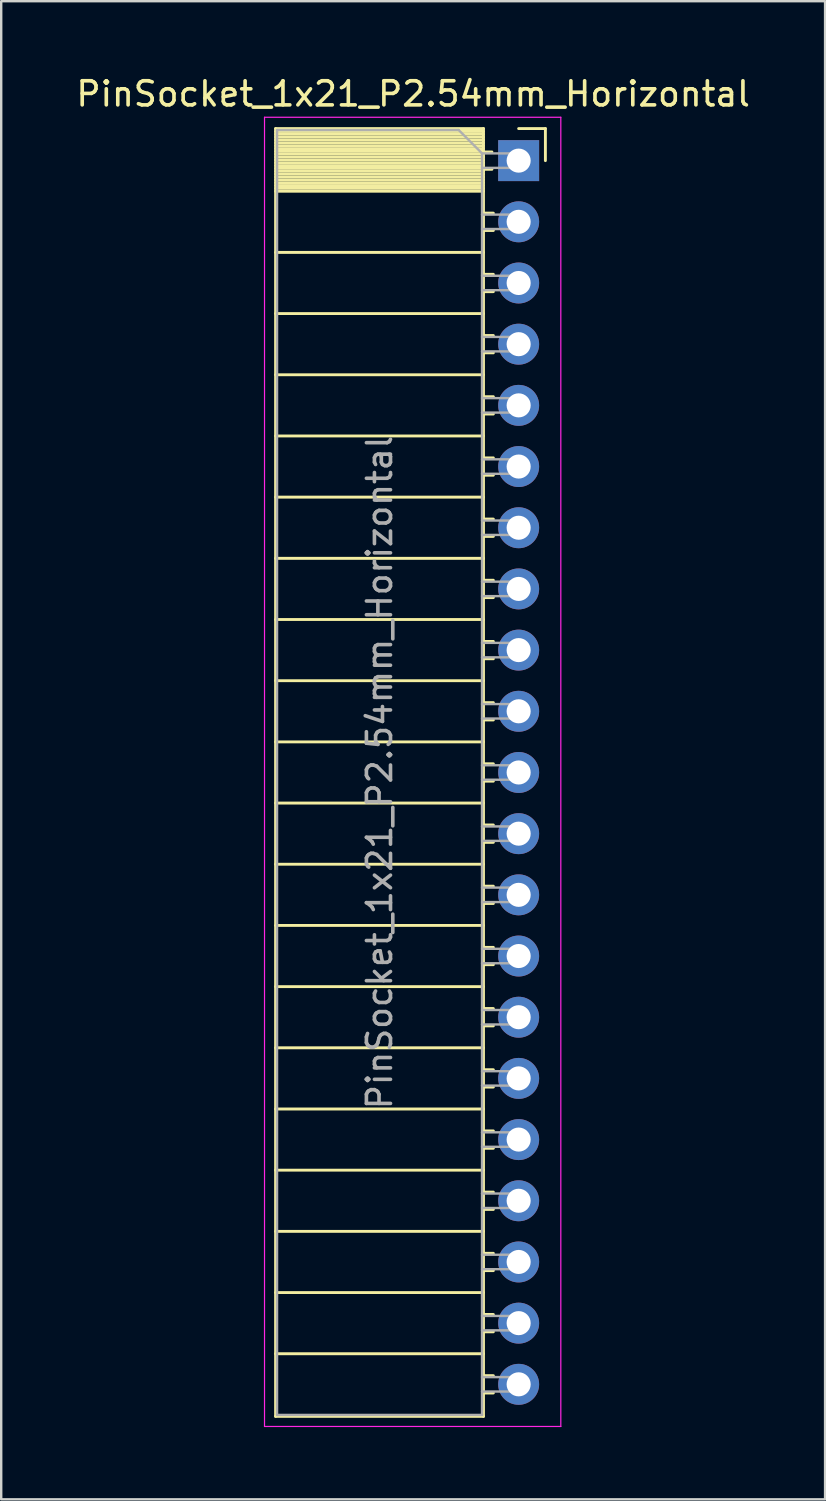
<source format=kicad_pcb>
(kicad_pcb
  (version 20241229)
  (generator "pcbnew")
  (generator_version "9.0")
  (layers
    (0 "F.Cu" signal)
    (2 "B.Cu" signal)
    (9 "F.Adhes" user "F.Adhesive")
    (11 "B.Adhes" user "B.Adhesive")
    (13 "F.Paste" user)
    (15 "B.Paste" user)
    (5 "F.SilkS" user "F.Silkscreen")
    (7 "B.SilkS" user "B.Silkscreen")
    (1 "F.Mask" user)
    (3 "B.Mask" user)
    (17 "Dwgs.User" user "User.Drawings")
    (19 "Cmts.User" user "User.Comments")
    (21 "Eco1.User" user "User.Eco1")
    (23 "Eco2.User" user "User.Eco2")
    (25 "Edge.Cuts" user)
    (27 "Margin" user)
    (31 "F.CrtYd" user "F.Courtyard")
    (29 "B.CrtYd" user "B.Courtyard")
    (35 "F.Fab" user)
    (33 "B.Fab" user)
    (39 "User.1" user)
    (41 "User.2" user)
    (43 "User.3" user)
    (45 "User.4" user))
  (footprint "PinSocket_1x21_P2.54mm_Horizontal"
    (layer "F.Cu")
    (at 18.481 3.618)
    (property "Reference" "PinSocket_1x21_P2.54mm_Horizontal" (at -4.38 -2.77 0) (layer "F.SilkS") (effects (font (size 1 1) (thickness 0.15))))
    (attr through_hole)
    (fp_line (start -10.09 -1.33) (end -10.09 52.13) (stroke (width 0.12) (type solid)) (layer "F.SilkS"))
    (fp_line (start -10.09 -1.33) (end -1.46 -1.33) (stroke (width 0.12) (type solid)) (layer "F.SilkS"))
    (fp_line (start -10.09 -1.21) (end -1.46 -1.21) (stroke (width 0.12) (type solid)) (layer "F.SilkS"))
    (fp_line (start -10.09 -1.092) (end -1.46 -1.092) (stroke (width 0.12) (type solid)) (layer "F.SilkS"))
    (fp_line (start -10.09 -0.974) (end -1.46 -0.974) (stroke (width 0.12) (type solid)) (layer "F.SilkS"))
    (fp_line (start -10.09 -0.856) (end -1.46 -0.856) (stroke (width 0.12) (type solid)) (layer "F.SilkS"))
    (fp_line (start -10.09 -0.738) (end -1.46 -0.738) (stroke (width 0.12) (type solid)) (layer "F.SilkS"))
    (fp_line (start -10.09 -0.62) (end -1.46 -0.62) (stroke (width 0.12) (type solid)) (layer "F.SilkS"))
    (fp_line (start -10.09 -0.501) (end -1.46 -0.501) (stroke (width 0.12) (type solid)) (layer "F.SilkS"))
    (fp_line (start -10.09 -0.383) (end -1.46 -0.383) (stroke (width 0.12) (type solid)) (layer "F.SilkS"))
    (fp_line (start -10.09 -0.265) (end -1.46 -0.265) (stroke (width 0.12) (type solid)) (layer "F.SilkS"))
    (fp_line (start -10.09 -0.147) (end -1.46 -0.147) (stroke (width 0.12) (type solid)) (layer "F.SilkS"))
    (fp_line (start -10.09 -0.029) (end -1.46 -0.029) (stroke (width 0.12) (type solid)) (layer "F.SilkS"))
    (fp_line (start -10.09 0.089) (end -1.46 0.089) (stroke (width 0.12) (type solid)) (layer "F.SilkS"))
    (fp_line (start -10.09 0.207) (end -1.46 0.207) (stroke (width 0.12) (type solid)) (layer "F.SilkS"))
    (fp_line (start -10.09 0.325) (end -1.46 0.325) (stroke (width 0.12) (type solid)) (layer "F.SilkS"))
    (fp_line (start -10.09 0.443) (end -1.46 0.443) (stroke (width 0.12) (type solid)) (layer "F.SilkS"))
    (fp_line (start -10.09 0.561) (end -1.46 0.561) (stroke (width 0.12) (type solid)) (layer "F.SilkS"))
    (fp_line (start -10.09 0.68) (end -1.46 0.68) (stroke (width 0.12) (type solid)) (layer "F.SilkS"))
    (fp_line (start -10.09 0.798) (end -1.46 0.798) (stroke (width 0.12) (type solid)) (layer "F.SilkS"))
    (fp_line (start -10.09 0.916) (end -1.46 0.916) (stroke (width 0.12) (type solid)) (layer "F.SilkS"))
    (fp_line (start -10.09 1.034) (end -1.46 1.034) (stroke (width 0.12) (type solid)) (layer "F.SilkS"))
    (fp_line (start -10.09 1.152) (end -1.46 1.152) (stroke (width 0.12) (type solid)) (layer "F.SilkS"))
    (fp_line (start -10.09 1.27) (end -1.46 1.27) (stroke (width 0.12) (type solid)) (layer "F.SilkS"))
    (fp_line (start -10.09 3.81) (end -1.46 3.81) (stroke (width 0.12) (type solid)) (layer "F.SilkS"))
    (fp_line (start -10.09 6.35) (end -1.46 6.35) (stroke (width 0.12) (type solid)) (layer "F.SilkS"))
    (fp_line (start -10.09 8.89) (end -1.46 8.89) (stroke (width 0.12) (type solid)) (layer "F.SilkS"))
    (fp_line (start -10.09 11.43) (end -1.46 11.43) (stroke (width 0.12) (type solid)) (layer "F.SilkS"))
    (fp_line (start -10.09 13.97) (end -1.46 13.97) (stroke (width 0.12) (type solid)) (layer "F.SilkS"))
    (fp_line (start -10.09 16.51) (end -1.46 16.51) (stroke (width 0.12) (type solid)) (layer "F.SilkS"))
    (fp_line (start -10.09 19.05) (end -1.46 19.05) (stroke (width 0.12) (type solid)) (layer "F.SilkS"))
    (fp_line (start -10.09 21.59) (end -1.46 21.59) (stroke (width 0.12) (type solid)) (layer "F.SilkS"))
    (fp_line (start -10.09 24.13) (end -1.46 24.13) (stroke (width 0.12) (type solid)) (layer "F.SilkS"))
    (fp_line (start -10.09 26.67) (end -1.46 26.67) (stroke (width 0.12) (type solid)) (layer "F.SilkS"))
    (fp_line (start -10.09 29.21) (end -1.46 29.21) (stroke (width 0.12) (type solid)) (layer "F.SilkS"))
    (fp_line (start -10.09 31.75) (end -1.46 31.75) (stroke (width 0.12) (type solid)) (layer "F.SilkS"))
    (fp_line (start -10.09 34.29) (end -1.46 34.29) (stroke (width 0.12) (type solid)) (layer "F.SilkS"))
    (fp_line (start -10.09 36.83) (end -1.46 36.83) (stroke (width 0.12) (type solid)) (layer "F.SilkS"))
    (fp_line (start -10.09 39.37) (end -1.46 39.37) (stroke (width 0.12) (type solid)) (layer "F.SilkS"))
    (fp_line (start -10.09 41.91) (end -1.46 41.91) (stroke (width 0.12) (type solid)) (layer "F.SilkS"))
    (fp_line (start -10.09 44.45) (end -1.46 44.45) (stroke (width 0.12) (type solid)) (layer "F.SilkS"))
    (fp_line (start -10.09 46.99) (end -1.46 46.99) (stroke (width 0.12) (type solid)) (layer "F.SilkS"))
    (fp_line (start -10.09 49.53) (end -1.46 49.53) (stroke (width 0.12) (type solid)) (layer "F.SilkS"))
    (fp_line (start -10.09 52.13) (end -1.46 52.13) (stroke (width 0.12) (type solid)) (layer "F.SilkS"))
    (fp_line (start -1.46 -1.33) (end -1.46 52.13) (stroke (width 0.12) (type solid)) (layer "F.SilkS"))
    (fp_line (start -1.46 -0.36) (end -1.11 -0.36) (stroke (width 0.12) (type solid)) (layer "F.SilkS"))
    (fp_line (start -1.46 0.36) (end -1.11 0.36) (stroke (width 0.12) (type solid)) (layer "F.SilkS"))
    (fp_line (start -1.46 2.18) (end -1.05 2.18) (stroke (width 0.12) (type solid)) (layer "F.SilkS"))
    (fp_line (start -1.46 2.9) (end -1.05 2.9) (stroke (width 0.12) (type solid)) (layer "F.SilkS"))
    (fp_line (start -1.46 4.72) (end -1.05 4.72) (stroke (width 0.12) (type solid)) (layer "F.SilkS"))
    (fp_line (start -1.46 5.44) (end -1.05 5.44) (stroke (width 0.12) (type solid)) (layer "F.SilkS"))
    (fp_line (start -1.46 7.26) (end -1.05 7.26) (stroke (width 0.12) (type solid)) (layer "F.SilkS"))
    (fp_line (start -1.46 7.98) (end -1.05 7.98) (stroke (width 0.12) (type solid)) (layer "F.SilkS"))
    (fp_line (start -1.46 9.8) (end -1.05 9.8) (stroke (width 0.12) (type solid)) (layer "F.SilkS"))
    (fp_line (start -1.46 10.52) (end -1.05 10.52) (stroke (width 0.12) (type solid)) (layer "F.SilkS"))
    (fp_line (start -1.46 12.34) (end -1.05 12.34) (stroke (width 0.12) (type solid)) (layer "F.SilkS"))
    (fp_line (start -1.46 13.06) (end -1.05 13.06) (stroke (width 0.12) (type solid)) (layer "F.SilkS"))
    (fp_line (start -1.46 14.88) (end -1.05 14.88) (stroke (width 0.12) (type solid)) (layer "F.SilkS"))
    (fp_line (start -1.46 15.6) (end -1.05 15.6) (stroke (width 0.12) (type solid)) (layer "F.SilkS"))
    (fp_line (start -1.46 17.42) (end -1.05 17.42) (stroke (width 0.12) (type solid)) (layer "F.SilkS"))
    (fp_line (start -1.46 18.14) (end -1.05 18.14) (stroke (width 0.12) (type solid)) (layer "F.SilkS"))
    (fp_line (start -1.46 19.96) (end -1.05 19.96) (stroke (width 0.12) (type solid)) (layer "F.SilkS"))
    (fp_line (start -1.46 20.68) (end -1.05 20.68) (stroke (width 0.12) (type solid)) (layer "F.SilkS"))
    (fp_line (start -1.46 22.5) (end -1.05 22.5) (stroke (width 0.12) (type solid)) (layer "F.SilkS"))
    (fp_line (start -1.46 23.22) (end -1.05 23.22) (stroke (width 0.12) (type solid)) (layer "F.SilkS"))
    (fp_line (start -1.46 25.04) (end -1.05 25.04) (stroke (width 0.12) (type solid)) (layer "F.SilkS"))
    (fp_line (start -1.46 25.76) (end -1.05 25.76) (stroke (width 0.12) (type solid)) (layer "F.SilkS"))
    (fp_line (start -1.46 27.58) (end -1.05 27.58) (stroke (width 0.12) (type solid)) (layer "F.SilkS"))
    (fp_line (start -1.46 28.3) (end -1.05 28.3) (stroke (width 0.12) (type solid)) (layer "F.SilkS"))
    (fp_line (start -1.46 30.12) (end -1.05 30.12) (stroke (width 0.12) (type solid)) (layer "F.SilkS"))
    (fp_line (start -1.46 30.84) (end -1.05 30.84) (stroke (width 0.12) (type solid)) (layer "F.SilkS"))
    (fp_line (start -1.46 32.66) (end -1.05 32.66) (stroke (width 0.12) (type solid)) (layer "F.SilkS"))
    (fp_line (start -1.46 33.38) (end -1.05 33.38) (stroke (width 0.12) (type solid)) (layer "F.SilkS"))
    (fp_line (start -1.46 35.2) (end -1.05 35.2) (stroke (width 0.12) (type solid)) (layer "F.SilkS"))
    (fp_line (start -1.46 35.92) (end -1.05 35.92) (stroke (width 0.12) (type solid)) (layer "F.SilkS"))
    (fp_line (start -1.46 37.74) (end -1.05 37.74) (stroke (width 0.12) (type solid)) (layer "F.SilkS"))
    (fp_line (start -1.46 38.46) (end -1.05 38.46) (stroke (width 0.12) (type solid)) (layer "F.SilkS"))
    (fp_line (start -1.46 40.28) (end -1.05 40.28) (stroke (width 0.12) (type solid)) (layer "F.SilkS"))
    (fp_line (start -1.46 41) (end -1.05 41) (stroke (width 0.12) (type solid)) (layer "F.SilkS"))
    (fp_line (start -1.46 42.82) (end -1.05 42.82) (stroke (width 0.12) (type solid)) (layer "F.SilkS"))
    (fp_line (start -1.46 43.54) (end -1.05 43.54) (stroke (width 0.12) (type solid)) (layer "F.SilkS"))
    (fp_line (start -1.46 45.36) (end -1.05 45.36) (stroke (width 0.12) (type solid)) (layer "F.SilkS"))
    (fp_line (start -1.46 46.08) (end -1.05 46.08) (stroke (width 0.12) (type solid)) (layer "F.SilkS"))
    (fp_line (start -1.46 47.9) (end -1.05 47.9) (stroke (width 0.12) (type solid)) (layer "F.SilkS"))
    (fp_line (start -1.46 48.62) (end -1.05 48.62) (stroke (width 0.12) (type solid)) (layer "F.SilkS"))
    (fp_line (start -1.46 50.44) (end -1.05 50.44) (stroke (width 0.12) (type solid)) (layer "F.SilkS"))
    (fp_line (start -1.46 51.16) (end -1.05 51.16) (stroke (width 0.12) (type solid)) (layer "F.SilkS"))
    (fp_line (start 0 -1.33) (end 1.11 -1.33) (stroke (width 0.12) (type solid)) (layer "F.SilkS"))
    (fp_line (start 1.11 -1.33) (end 1.11 0) (stroke (width 0.12) (type solid)) (layer "F.SilkS"))
    (fp_line (start -10.55 -1.8) (end -10.55 52.55) (stroke (width 0.05) (type solid)) (layer "F.CrtYd"))
    (fp_line (start -10.55 52.55) (end 1.75 52.55) (stroke (width 0.05) (type solid)) (layer "F.CrtYd"))
    (fp_line (start 1.75 -1.8) (end -10.55 -1.8) (stroke (width 0.05) (type solid)) (layer "F.CrtYd"))
    (fp_line (start 1.75 52.55) (end 1.75 -1.8) (stroke (width 0.05) (type solid)) (layer "F.CrtYd"))
    (fp_line (start -10.03 -1.27) (end -2.49 -1.27) (stroke (width 0.1) (type solid)) (layer "F.Fab"))
    (fp_line (start -10.03 52.07) (end -10.03 -1.27) (stroke (width 0.1) (type solid)) (layer "F.Fab"))
    (fp_line (start -2.49 -1.27) (end -1.52 -0.3) (stroke (width 0.1) (type solid)) (layer "F.Fab"))
    (fp_line (start -1.52 -0.3) (end -1.52 52.07) (stroke (width 0.1) (type solid)) (layer "F.Fab"))
    (fp_line (start -1.52 0.3) (end 0 0.3) (stroke (width 0.1) (type solid)) (layer "F.Fab"))
    (fp_line (start -1.52 2.84) (end 0 2.84) (stroke (width 0.1) (type solid)) (layer "F.Fab"))
    (fp_line (start -1.52 5.38) (end 0 5.38) (stroke (width 0.1) (type solid)) (layer "F.Fab"))
    (fp_line (start -1.52 7.92) (end 0 7.92) (stroke (width 0.1) (type solid)) (layer "F.Fab"))
    (fp_line (start -1.52 10.46) (end 0 10.46) (stroke (width 0.1) (type solid)) (layer "F.Fab"))
    (fp_line (start -1.52 13) (end 0 13) (stroke (width 0.1) (type solid)) (layer "F.Fab"))
    (fp_line (start -1.52 15.54) (end 0 15.54) (stroke (width 0.1) (type solid)) (layer "F.Fab"))
    (fp_line (start -1.52 18.08) (end 0 18.08) (stroke (width 0.1) (type solid)) (layer "F.Fab"))
    (fp_line (start -1.52 20.62) (end 0 20.62) (stroke (width 0.1) (type solid)) (layer "F.Fab"))
    (fp_line (start -1.52 23.16) (end 0 23.16) (stroke (width 0.1) (type solid)) (layer "F.Fab"))
    (fp_line (start -1.52 25.7) (end 0 25.7) (stroke (width 0.1) (type solid)) (layer "F.Fab"))
    (fp_line (start -1.52 28.24) (end 0 28.24) (stroke (width 0.1) (type solid)) (layer "F.Fab"))
    (fp_line (start -1.52 30.78) (end 0 30.78) (stroke (width 0.1) (type solid)) (layer "F.Fab"))
    (fp_line (start -1.52 33.32) (end 0 33.32) (stroke (width 0.1) (type solid)) (layer "F.Fab"))
    (fp_line (start -1.52 35.86) (end 0 35.86) (stroke (width 0.1) (type solid)) (layer "F.Fab"))
    (fp_line (start -1.52 38.4) (end 0 38.4) (stroke (width 0.1) (type solid)) (layer "F.Fab"))
    (fp_line (start -1.52 40.94) (end 0 40.94) (stroke (width 0.1) (type solid)) (layer "F.Fab"))
    (fp_line (start -1.52 43.48) (end 0 43.48) (stroke (width 0.1) (type solid)) (layer "F.Fab"))
    (fp_line (start -1.52 46.02) (end 0 46.02) (stroke (width 0.1) (type solid)) (layer "F.Fab"))
    (fp_line (start -1.52 48.56) (end 0 48.56) (stroke (width 0.1) (type solid)) (layer "F.Fab"))
    (fp_line (start -1.52 51.1) (end 0 51.1) (stroke (width 0.1) (type solid)) (layer "F.Fab"))
    (fp_line (start -1.52 52.07) (end -10.03 52.07) (stroke (width 0.1) (type solid)) (layer "F.Fab"))
    (fp_line (start 0 -0.3) (end -1.52 -0.3) (stroke (width 0.1) (type solid)) (layer "F.Fab"))
    (fp_line (start 0 0.3) (end 0 -0.3) (stroke (width 0.1) (type solid)) (layer "F.Fab"))
    (fp_line (start 0 2.24) (end -1.52 2.24) (stroke (width 0.1) (type solid)) (layer "F.Fab"))
    (fp_line (start 0 2.84) (end 0 2.24) (stroke (width 0.1) (type solid)) (layer "F.Fab"))
    (fp_line (start 0 4.78) (end -1.52 4.78) (stroke (width 0.1) (type solid)) (layer "F.Fab"))
    (fp_line (start 0 5.38) (end 0 4.78) (stroke (width 0.1) (type solid)) (layer "F.Fab"))
    (fp_line (start 0 7.32) (end -1.52 7.32) (stroke (width 0.1) (type solid)) (layer "F.Fab"))
    (fp_line (start 0 7.92) (end 0 7.32) (stroke (width 0.1) (type solid)) (layer "F.Fab"))
    (fp_line (start 0 9.86) (end -1.52 9.86) (stroke (width 0.1) (type solid)) (layer "F.Fab"))
    (fp_line (start 0 10.46) (end 0 9.86) (stroke (width 0.1) (type solid)) (layer "F.Fab"))
    (fp_line (start 0 12.4) (end -1.52 12.4) (stroke (width 0.1) (type solid)) (layer "F.Fab"))
    (fp_line (start 0 13) (end 0 12.4) (stroke (width 0.1) (type solid)) (layer "F.Fab"))
    (fp_line (start 0 14.94) (end -1.52 14.94) (stroke (width 0.1) (type solid)) (layer "F.Fab"))
    (fp_line (start 0 15.54) (end 0 14.94) (stroke (width 0.1) (type solid)) (layer "F.Fab"))
    (fp_line (start 0 17.48) (end -1.52 17.48) (stroke (width 0.1) (type solid)) (layer "F.Fab"))
    (fp_line (start 0 18.08) (end 0 17.48) (stroke (width 0.1) (type solid)) (layer "F.Fab"))
    (fp_line (start 0 20.02) (end -1.52 20.02) (stroke (width 0.1) (type solid)) (layer "F.Fab"))
    (fp_line (start 0 20.62) (end 0 20.02) (stroke (width 0.1) (type solid)) (layer "F.Fab"))
    (fp_line (start 0 22.56) (end -1.52 22.56) (stroke (width 0.1) (type solid)) (layer "F.Fab"))
    (fp_line (start 0 23.16) (end 0 22.56) (stroke (width 0.1) (type solid)) (layer "F.Fab"))
    (fp_line (start 0 25.1) (end -1.52 25.1) (stroke (width 0.1) (type solid)) (layer "F.Fab"))
    (fp_line (start 0 25.7) (end 0 25.1) (stroke (width 0.1) (type solid)) (layer "F.Fab"))
    (fp_line (start 0 27.64) (end -1.52 27.64) (stroke (width 0.1) (type solid)) (layer "F.Fab"))
    (fp_line (start 0 28.24) (end 0 27.64) (stroke (width 0.1) (type solid)) (layer "F.Fab"))
    (fp_line (start 0 30.18) (end -1.52 30.18) (stroke (width 0.1) (type solid)) (layer "F.Fab"))
    (fp_line (start 0 30.78) (end 0 30.18) (stroke (width 0.1) (type solid)) (layer "F.Fab"))
    (fp_line (start 0 32.72) (end -1.52 32.72) (stroke (width 0.1) (type solid)) (layer "F.Fab"))
    (fp_line (start 0 33.32) (end 0 32.72) (stroke (width 0.1) (type solid)) (layer "F.Fab"))
    (fp_line (start 0 35.26) (end -1.52 35.26) (stroke (width 0.1) (type solid)) (layer "F.Fab"))
    (fp_line (start 0 35.86) (end 0 35.26) (stroke (width 0.1) (type solid)) (layer "F.Fab"))
    (fp_line (start 0 37.8) (end -1.52 37.8) (stroke (width 0.1) (type solid)) (layer "F.Fab"))
    (fp_line (start 0 38.4) (end 0 37.8) (stroke (width 0.1) (type solid)) (layer "F.Fab"))
    (fp_line (start 0 40.34) (end -1.52 40.34) (stroke (width 0.1) (type solid)) (layer "F.Fab"))
    (fp_line (start 0 40.94) (end 0 40.34) (stroke (width 0.1) (type solid)) (layer "F.Fab"))
    (fp_line (start 0 42.88) (end -1.52 42.88) (stroke (width 0.1) (type solid)) (layer "F.Fab"))
    (fp_line (start 0 43.48) (end 0 42.88) (stroke (width 0.1) (type solid)) (layer "F.Fab"))
    (fp_line (start 0 45.42) (end -1.52 45.42) (stroke (width 0.1) (type solid)) (layer "F.Fab"))
    (fp_line (start 0 46.02) (end 0 45.42) (stroke (width 0.1) (type solid)) (layer "F.Fab"))
    (fp_line (start 0 47.96) (end -1.52 47.96) (stroke (width 0.1) (type solid)) (layer "F.Fab"))
    (fp_line (start 0 48.56) (end 0 47.96) (stroke (width 0.1) (type solid)) (layer "F.Fab"))
    (fp_line (start 0 50.5) (end -1.52 50.5) (stroke (width 0.1) (type solid)) (layer "F.Fab"))
    (fp_line (start 0 51.1) (end 0 50.5) (stroke (width 0.1) (type solid)) (layer "F.Fab"))
    (fp_text user "${REFERENCE}" (at -5.775 25.4 90) (layer "F.Fab") (effects (font (size 1 1) (thickness 0.15))))
    (pad "1" thru_hole rect (at 0 0) (size 1.7 1.7) (drill 1) (layers "*.Cu" "*.Mask"))
    (pad "2" thru_hole circle (at 0 2.54) (size 1.7 1.7) (drill 1) (layers "*.Cu" "*.Mask"))
    (pad "3" thru_hole circle (at 0 5.08) (size 1.7 1.7) (drill 1) (layers "*.Cu" "*.Mask"))
    (pad "4" thru_hole circle (at 0 7.62) (size 1.7 1.7) (drill 1) (layers "*.Cu" "*.Mask"))
    (pad "5" thru_hole circle (at 0 10.16) (size 1.7 1.7) (drill 1) (layers "*.Cu" "*.Mask"))
    (pad "6" thru_hole circle (at 0 12.7) (size 1.7 1.7) (drill 1) (layers "*.Cu" "*.Mask"))
    (pad "7" thru_hole circle (at 0 15.24) (size 1.7 1.7) (drill 1) (layers "*.Cu" "*.Mask"))
    (pad "8" thru_hole circle (at 0 17.78) (size 1.7 1.7) (drill 1) (layers "*.Cu" "*.Mask"))
    (pad "9" thru_hole circle (at 0 20.32) (size 1.7 1.7) (drill 1) (layers "*.Cu" "*.Mask"))
    (pad "10" thru_hole circle (at 0 22.86) (size 1.7 1.7) (drill 1) (layers "*.Cu" "*.Mask"))
    (pad "11" thru_hole circle (at 0 25.4) (size 1.7 1.7) (drill 1) (layers "*.Cu" "*.Mask"))
    (pad "12" thru_hole circle (at 0 27.94) (size 1.7 1.7) (drill 1) (layers "*.Cu" "*.Mask"))
    (pad "13" thru_hole circle (at 0 30.48) (size 1.7 1.7) (drill 1) (layers "*.Cu" "*.Mask"))
    (pad "14" thru_hole circle (at 0 33.02) (size 1.7 1.7) (drill 1) (layers "*.Cu" "*.Mask"))
    (pad "15" thru_hole circle (at 0 35.56) (size 1.7 1.7) (drill 1) (layers "*.Cu" "*.Mask"))
    (pad "16" thru_hole circle (at 0 38.1) (size 1.7 1.7) (drill 1) (layers "*.Cu" "*.Mask"))
    (pad "17" thru_hole circle (at 0 40.64) (size 1.7 1.7) (drill 1) (layers "*.Cu" "*.Mask"))
    (pad "18" thru_hole circle (at 0 43.18) (size 1.7 1.7) (drill 1) (layers "*.Cu" "*.Mask"))
    (pad "19" thru_hole circle (at 0 45.72) (size 1.7 1.7) (drill 1) (layers "*.Cu" "*.Mask"))
    (pad "20" thru_hole circle (at 0 48.26) (size 1.7 1.7) (drill 1) (layers "*.Cu" "*.Mask"))
    (pad "21" thru_hole circle (at 0 50.8) (size 1.7 1.7) (drill 1) (layers "*.Cu" "*.Mask")))
  (gr_rect
    (start -3 -3)
    (end 31.202 59.193)
    (stroke (width 0.1) (type default))
    (fill no)
    (layer "Edge.Cuts")))
</source>
